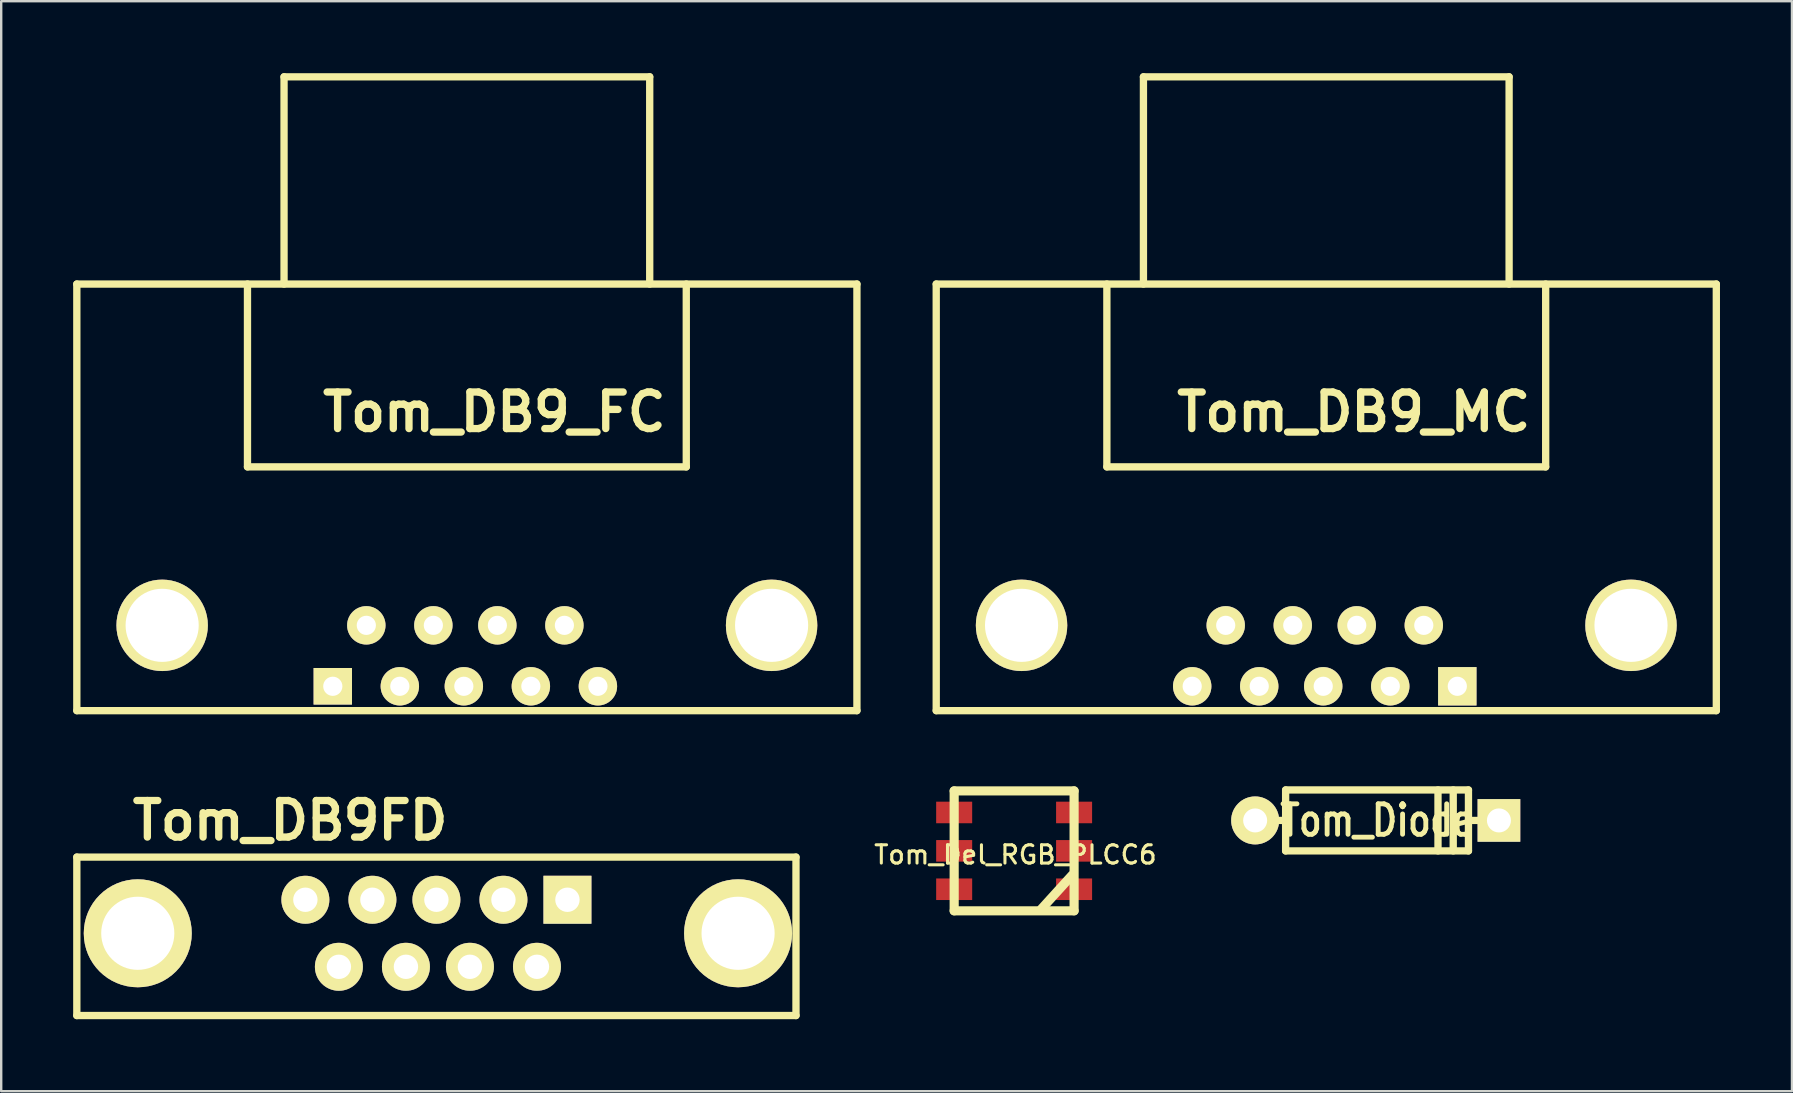
<source format=kicad_pcb>
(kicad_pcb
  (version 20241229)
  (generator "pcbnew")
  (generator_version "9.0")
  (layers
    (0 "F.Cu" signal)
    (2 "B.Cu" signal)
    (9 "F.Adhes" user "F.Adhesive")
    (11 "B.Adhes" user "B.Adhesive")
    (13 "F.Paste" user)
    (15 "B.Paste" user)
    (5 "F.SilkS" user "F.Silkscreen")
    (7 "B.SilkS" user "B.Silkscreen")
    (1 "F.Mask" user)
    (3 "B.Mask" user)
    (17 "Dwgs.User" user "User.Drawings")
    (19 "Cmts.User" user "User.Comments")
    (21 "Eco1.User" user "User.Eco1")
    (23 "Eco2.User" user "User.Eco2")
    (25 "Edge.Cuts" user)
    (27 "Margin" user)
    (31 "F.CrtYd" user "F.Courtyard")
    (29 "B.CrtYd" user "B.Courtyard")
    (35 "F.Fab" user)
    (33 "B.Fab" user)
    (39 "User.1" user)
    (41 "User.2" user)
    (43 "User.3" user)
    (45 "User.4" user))
  (footprint "Tom_Diode"
    (layer "F.Cu")
    (at 54.341 31.143)
    (property "Reference" "Tom_Diode" (at 0 0 0) (layer "F.SilkS") (effects (font (size 1.27 1.016) (thickness 0.203))))
    (attr through_hole)
    (fp_line (start -3.81 -1.27) (end 3.81 -1.27) (stroke (width 0.305) (type solid)) (layer "F.SilkS"))
    (fp_line (start -3.81 0) (end -5.08 0) (stroke (width 0.305) (type solid)) (layer "F.SilkS"))
    (fp_line (start -3.81 1.27) (end -3.81 -1.27) (stroke (width 0.305) (type solid)) (layer "F.SilkS"))
    (fp_line (start 2.54 1.27) (end 2.54 -1.27) (stroke (width 0.305) (type solid)) (layer "F.SilkS"))
    (fp_line (start 3.175 -1.27) (end 3.175 1.27) (stroke (width 0.305) (type solid)) (layer "F.SilkS"))
    (fp_line (start 3.81 -1.27) (end 3.81 1.27) (stroke (width 0.305) (type solid)) (layer "F.SilkS"))
    (fp_line (start 3.81 0) (end 5.08 0) (stroke (width 0.305) (type solid)) (layer "F.SilkS"))
    (fp_line (start 3.81 1.27) (end -3.81 1.27) (stroke (width 0.305) (type solid)) (layer "F.SilkS"))
    (pad "1" thru_hole rect (at 5.08 0) (size 1.778 1.778) (drill 1.001) (layers "*.Cu" "*.Mask" "F.SilkS"))
    (pad "2" thru_hole circle (at -5.08 0) (size 1.999 1.999) (drill 1.001) (layers "*.Cu" "*.Mask" "F.SilkS")))
  (footprint "Tom_DB9_MC"
    (layer "F.Cu")
    (at 52.098 24.282)
    (property "Reference" "Tom_DB9_MC" (at 1.27 -10.16 0) (layer "F.SilkS") (effects (font (size 1.524 1.524) (thickness 0.305))))
    (attr through_hole)
    (fp_line (start -16.129 -15.494) (end -16.129 2.286) (stroke (width 0.305) (type solid)) (layer "F.SilkS"))
    (fp_line (start -16.129 2.286) (end 16.383 2.286) (stroke (width 0.305) (type solid)) (layer "F.SilkS"))
    (fp_line (start -9.017 -15.494) (end -9.017 -7.874) (stroke (width 0.305) (type solid)) (layer "F.SilkS"))
    (fp_line (start -9.017 -7.874) (end 9.271 -7.874) (stroke (width 0.305) (type solid)) (layer "F.SilkS"))
    (fp_line (start -7.493 -24.13) (end 7.747 -24.13) (stroke (width 0.305) (type solid)) (layer "F.SilkS"))
    (fp_line (start -7.493 -15.494) (end -7.493 -24.13) (stroke (width 0.305) (type solid)) (layer "F.SilkS"))
    (fp_line (start 7.747 -24.13) (end 7.747 -15.494) (stroke (width 0.305) (type solid)) (layer "F.SilkS"))
    (fp_line (start 9.271 -7.874) (end 9.271 -15.494) (stroke (width 0.305) (type solid)) (layer "F.SilkS"))
    (fp_line (start 16.383 -15.494) (end -16.129 -15.494) (stroke (width 0.305) (type solid)) (layer "F.SilkS"))
    (fp_line (start 16.383 2.286) (end 16.383 -15.494) (stroke (width 0.305) (type solid)) (layer "F.SilkS"))
    (pad "" thru_hole circle (at -12.573 -1.27) (size 3.81 3.81) (drill 3.048) (layers "*.Cu" "*.Mask" "F.SilkS"))
    (pad "" thru_hole circle (at 12.827 -1.27) (size 3.81 3.81) (drill 3.048) (layers "*.Cu" "*.Mask" "F.SilkS"))
    (pad "1" thru_hole rect (at 5.588 1.27) (size 1.6 1.6) (drill 0.8) (layers "*.Cu" "*.Mask" "F.SilkS"))
    (pad "2" thru_hole circle (at 2.794 1.27) (size 1.6 1.6) (drill 0.8) (layers "*.Cu" "*.Mask" "F.SilkS"))
    (pad "3" thru_hole circle (at 0 1.27) (size 1.6 1.6) (drill 0.8) (layers "*.Cu" "*.Mask" "F.SilkS"))
    (pad "4" thru_hole circle (at -2.667 1.27) (size 1.6 1.6) (drill 0.8) (layers "*.Cu" "*.Mask" "F.SilkS"))
    (pad "5" thru_hole circle (at -5.461 1.27) (size 1.6 1.6) (drill 0.8) (layers "*.Cu" "*.Mask" "F.SilkS"))
    (pad "6" thru_hole circle (at 4.191 -1.27) (size 1.6 1.6) (drill 0.8) (layers "*.Cu" "*.Mask" "F.SilkS"))
    (pad "7" thru_hole circle (at 1.397 -1.27) (size 1.6 1.6) (drill 0.8) (layers "*.Cu" "*.Mask" "F.SilkS"))
    (pad "8" thru_hole circle (at -1.27 -1.27) (size 1.6 1.6) (drill 0.8) (layers "*.Cu" "*.Mask" "F.SilkS"))
    (pad "9" thru_hole circle (at -4.064 -1.27) (size 1.6 1.6) (drill 0.8) (layers "*.Cu" "*.Mask" "F.SilkS")))
  (footprint "Tom_Del_RGB_PLCC6"
    (layer "F.Cu")
    (at 39.216 32.411)
    (property "Reference" "Tom_Del_RGB_PLCC6" (at 0.053 0.163 0) (layer "F.SilkS") (effects (font (size 0.762 0.762) (thickness 0.127))))
    (attr through_hole)
    (fp_line (start -2.499 -2.499) (end 2.499 -2.499) (stroke (width 0.381) (type solid)) (layer "F.SilkS"))
    (fp_line (start -2.499 2.499) (end -2.499 -2.499) (stroke (width 0.381) (type solid)) (layer "F.SilkS"))
    (fp_line (start 1.143 2.413) (end 2.413 1.016) (stroke (width 0.381) (type solid)) (layer "F.SilkS"))
    (fp_line (start 2.499 -2.499) (end 2.499 2.499) (stroke (width 0.381) (type solid)) (layer "F.SilkS"))
    (fp_line (start 2.499 2.499) (end -2.499 2.499) (stroke (width 0.381) (type solid)) (layer "F.SilkS"))
    (pad "1" smd rect (at -2.499 -1.6 90) (size 0.899 1.501) (layers "F.Cu" "F.Mask" "F.Paste"))
    (pad "2" smd rect (at 2.499 -1.6 90) (size 0.899 1.501) (layers "F.Cu" "F.Mask" "F.Paste"))
    (pad "3" smd rect (at -2.499 0 90) (size 0.899 1.501) (layers "F.Cu" "F.Mask" "F.Paste"))
    (pad "4" smd rect (at 2.499 0 90) (size 0.899 1.501) (layers "F.Cu" "F.Mask" "F.Paste"))
    (pad "5" smd rect (at -2.499 1.6 90) (size 0.899 1.501) (layers "F.Cu" "F.Mask" "F.Paste"))
    (pad "6" smd rect (at 2.499 1.6 90) (size 0.899 1.501) (layers "F.Cu" "F.Mask" "F.Paste")))
  (footprint "Tom_DB9_FC"
    (layer "F.Cu")
    (at 16.281 24.282)
    (property "Reference" "Tom_DB9_FC" (at 1.27 -10.16 0) (layer "F.SilkS") (effects (font (size 1.524 1.524) (thickness 0.305))))
    (attr through_hole)
    (fp_line (start -16.129 -15.494) (end -16.129 2.286) (stroke (width 0.305) (type solid)) (layer "F.SilkS"))
    (fp_line (start -16.129 2.286) (end 16.383 2.286) (stroke (width 0.305) (type solid)) (layer "F.SilkS"))
    (fp_line (start -9.017 -15.494) (end -9.017 -7.874) (stroke (width 0.305) (type solid)) (layer "F.SilkS"))
    (fp_line (start -9.017 -7.874) (end 9.271 -7.874) (stroke (width 0.305) (type solid)) (layer "F.SilkS"))
    (fp_line (start -7.493 -24.13) (end 7.747 -24.13) (stroke (width 0.305) (type solid)) (layer "F.SilkS"))
    (fp_line (start -7.493 -15.494) (end -7.493 -24.13) (stroke (width 0.305) (type solid)) (layer "F.SilkS"))
    (fp_line (start 7.747 -24.13) (end 7.747 -15.494) (stroke (width 0.305) (type solid)) (layer "F.SilkS"))
    (fp_line (start 9.271 -7.874) (end 9.271 -15.494) (stroke (width 0.305) (type solid)) (layer "F.SilkS"))
    (fp_line (start 16.383 -15.494) (end -16.129 -15.494) (stroke (width 0.305) (type solid)) (layer "F.SilkS"))
    (fp_line (start 16.383 2.286) (end 16.383 -15.494) (stroke (width 0.305) (type solid)) (layer "F.SilkS"))
    (pad "" thru_hole circle (at -12.573 -1.27) (size 3.81 3.81) (drill 3.048) (layers "*.Cu" "*.Mask" "F.SilkS"))
    (pad "" thru_hole circle (at 12.827 -1.27) (size 3.81 3.81) (drill 3.048) (layers "*.Cu" "*.Mask" "F.SilkS"))
    (pad "1" thru_hole rect (at -5.461 1.27) (size 1.6 1.524) (drill 0.8) (layers "*.Cu" "*.Mask" "F.SilkS"))
    (pad "2" thru_hole circle (at -2.667 1.27) (size 1.6 1.6) (drill 0.8) (layers "*.Cu" "*.Mask" "F.SilkS"))
    (pad "3" thru_hole circle (at 0 1.27) (size 1.6 1.6) (drill 0.8) (layers "*.Cu" "*.Mask" "F.SilkS"))
    (pad "4" thru_hole circle (at 2.794 1.27) (size 1.6 1.6) (drill 0.8) (layers "*.Cu" "*.Mask" "F.SilkS"))
    (pad "5" thru_hole circle (at 5.588 1.27) (size 1.6 1.6) (drill 0.8) (layers "*.Cu" "*.Mask" "F.SilkS"))
    (pad "6" thru_hole circle (at -4.064 -1.27) (size 1.6 1.6) (drill 0.8) (layers "*.Cu" "*.Mask" "F.SilkS"))
    (pad "7" thru_hole circle (at -1.27 -1.27) (size 1.6 1.6) (drill 0.8) (layers "*.Cu" "*.Mask" "F.SilkS"))
    (pad "8" thru_hole circle (at 1.397 -1.27) (size 1.6 1.6) (drill 0.8) (layers "*.Cu" "*.Mask" "F.SilkS"))
    (pad "9" thru_hole circle (at 4.191 -1.27) (size 1.6 1.6) (drill 0.8) (layers "*.Cu" "*.Mask" "F.SilkS")))
  (footprint "Tom_DB9FD"
    (layer "F.Cu")
    (at 15.138 35.973)
    (property "Reference" "Tom_DB9FD" (at -6.096 -4.826 180) (layer "F.SilkS") (effects (font (size 1.524 1.524) (thickness 0.305))))
    (attr through_hole)
    (fp_line (start -14.986 -3.302) (end -14.986 3.302) (stroke (width 0.305) (type solid)) (layer "F.SilkS"))
    (fp_line (start -14.986 3.302) (end 14.986 3.302) (stroke (width 0.305) (type solid)) (layer "F.SilkS"))
    (fp_line (start 14.986 -3.302) (end -14.986 -3.302) (stroke (width 0.305) (type solid)) (layer "F.SilkS"))
    (fp_line (start 14.986 3.302) (end 14.986 -3.302) (stroke (width 0.305) (type solid)) (layer "F.SilkS"))
    (pad "0" thru_hole circle (at -12.446 -0.127) (size 4.501 4.501) (drill 3.048) (layers "*.Cu" "*.Mask" "F.SilkS"))
    (pad "0" thru_hole circle (at 12.573 -0.127) (size 4.501 4.501) (drill 3.048) (layers "*.Cu" "*.Mask" "F.SilkS"))
    (pad "1" thru_hole rect (at 5.461 -1.524) (size 1.999 1.999) (drill 1.016) (layers "*.Cu" "*.Mask" "F.SilkS"))
    (pad "2" thru_hole circle (at 2.794 -1.524) (size 1.999 1.999) (drill 1.016) (layers "*.Cu" "*.Mask" "F.SilkS"))
    (pad "3" thru_hole circle (at 0 -1.524) (size 1.999 1.999) (drill 1.016) (layers "*.Cu" "*.Mask" "F.SilkS"))
    (pad "4" thru_hole circle (at -2.667 -1.524) (size 1.999 1.999) (drill 1.016) (layers "*.Cu" "*.Mask" "F.SilkS"))
    (pad "5" thru_hole circle (at -5.461 -1.524) (size 1.999 1.999) (drill 1.016) (layers "*.Cu" "*.Mask" "F.SilkS"))
    (pad "6" thru_hole circle (at 4.191 1.27) (size 1.999 1.999) (drill 1.016) (layers "*.Cu" "*.Mask" "F.SilkS"))
    (pad "7" thru_hole circle (at 1.397 1.27) (size 1.999 1.999) (drill 1.016) (layers "*.Cu" "*.Mask" "F.SilkS"))
    (pad "8" thru_hole circle (at -1.27 1.27) (size 1.999 1.999) (drill 1.016) (layers "*.Cu" "*.Mask" "F.SilkS"))
    (pad "9" thru_hole circle (at -4.064 1.27) (size 1.999 1.999) (drill 1.016) (layers "*.Cu" "*.Mask" "F.SilkS")))
  (gr_rect
    (start -3 -3)
    (end 71.634 42.428)
    (stroke (width 0.1) (type default))
    (fill no)
    (layer "Edge.Cuts")))
</source>
